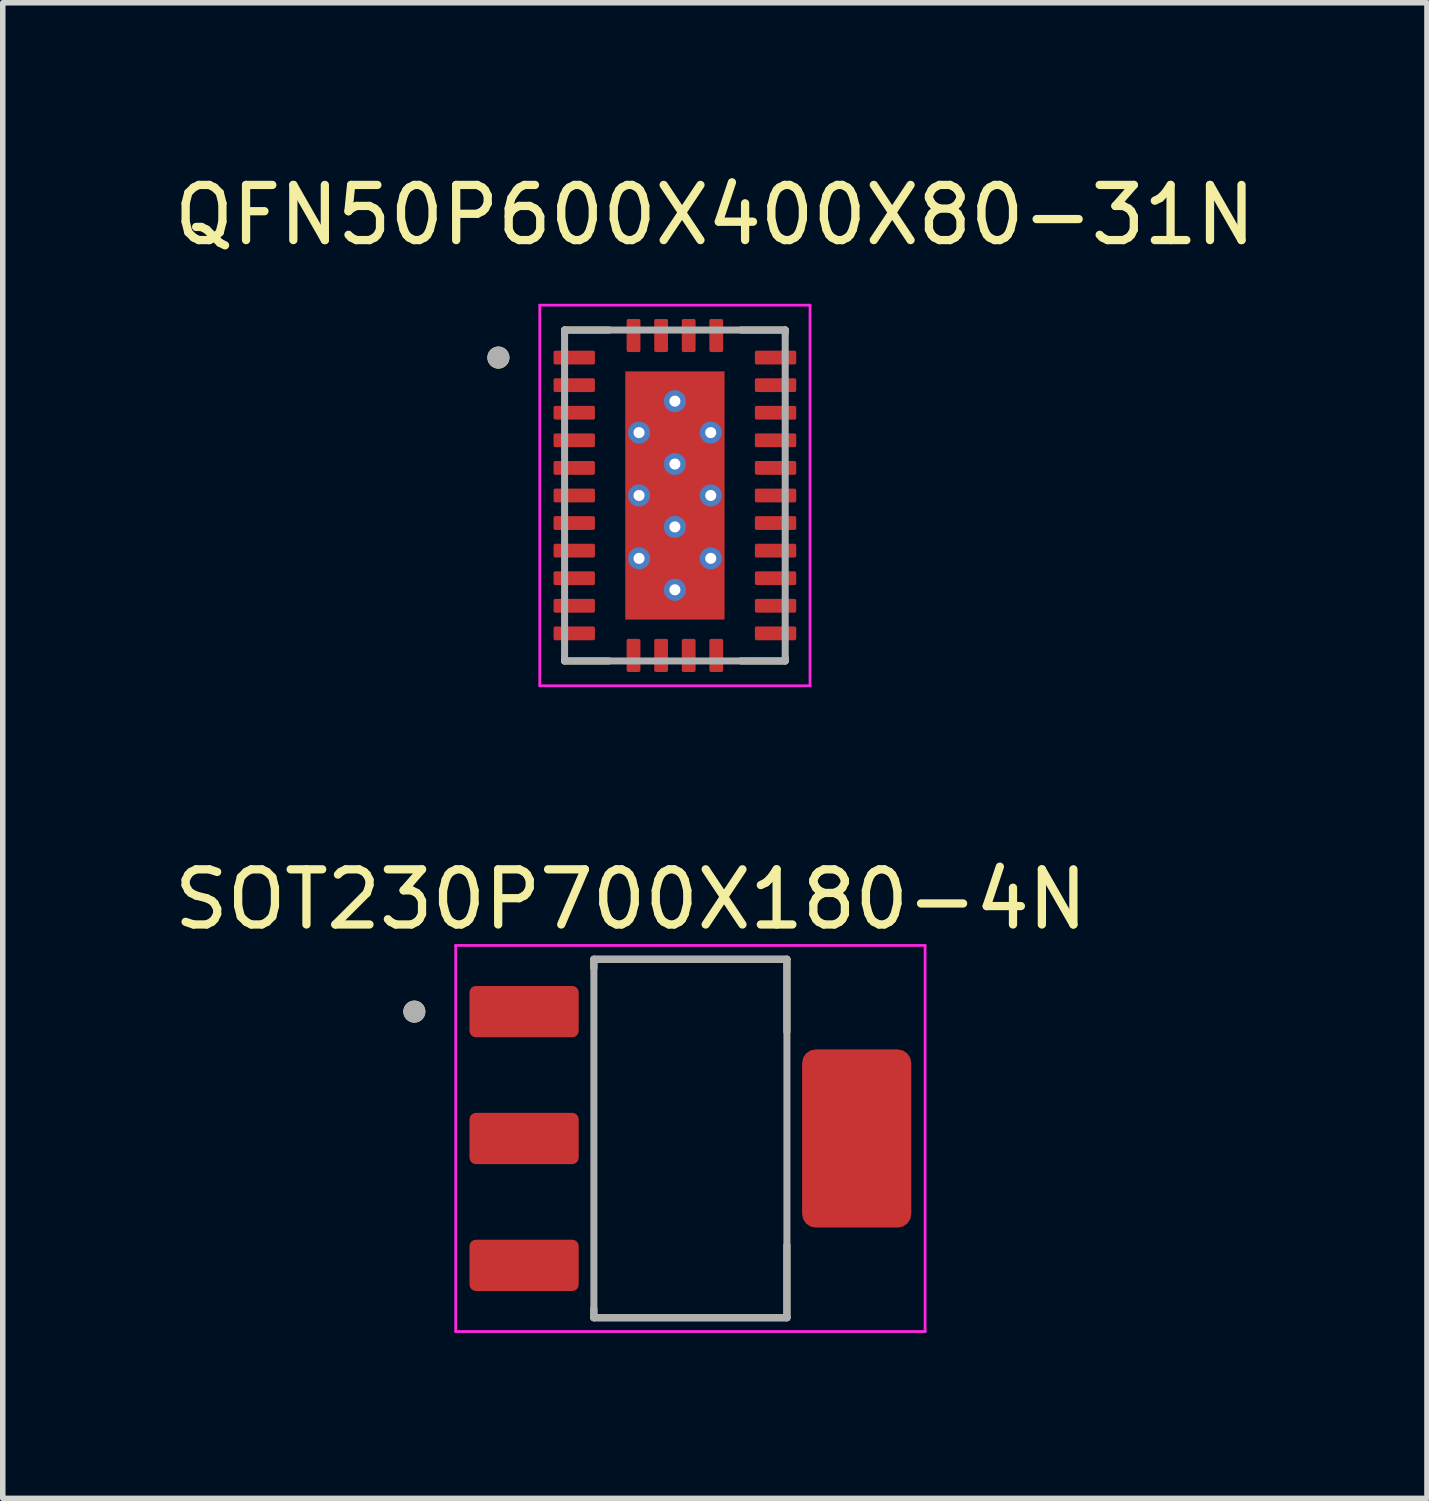
<source format=kicad_pcb>
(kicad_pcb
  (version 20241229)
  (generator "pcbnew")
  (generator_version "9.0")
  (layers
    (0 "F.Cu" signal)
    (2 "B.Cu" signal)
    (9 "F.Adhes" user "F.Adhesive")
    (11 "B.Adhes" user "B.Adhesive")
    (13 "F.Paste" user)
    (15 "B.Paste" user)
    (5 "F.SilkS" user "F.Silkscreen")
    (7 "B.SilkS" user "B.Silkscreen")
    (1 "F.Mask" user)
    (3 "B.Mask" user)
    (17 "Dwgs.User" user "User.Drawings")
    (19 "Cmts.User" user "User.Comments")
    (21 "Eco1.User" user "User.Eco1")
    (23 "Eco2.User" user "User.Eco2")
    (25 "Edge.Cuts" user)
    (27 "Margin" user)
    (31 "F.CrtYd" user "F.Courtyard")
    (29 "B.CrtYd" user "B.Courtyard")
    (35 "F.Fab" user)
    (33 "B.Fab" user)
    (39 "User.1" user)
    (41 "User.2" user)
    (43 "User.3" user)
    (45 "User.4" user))
  (footprint "QFN50P600X400X80-31N"
    (layer "F.Cu")
    (at 9.186 5.933)
    (property "Reference" "QFN50P600X400X80-31N" (at 0.725 -5.085 0) (layer "F.SilkS") (effects (font (size 1 1) (thickness 0.15))))
    (attr smd)
    (fp_line (start -2 -2.945) (end -2 -3) (stroke (width 0.127) (type solid)) (layer "F.SilkS"))
    (fp_line (start -2 3) (end -2 2.945) (stroke (width 0.127) (type solid)) (layer "F.SilkS"))
    (fp_line (start -1.195 -3) (end -2 -3) (stroke (width 0.127) (type solid)) (layer "F.SilkS"))
    (fp_line (start -1.195 3) (end -2 3) (stroke (width 0.127) (type solid)) (layer "F.SilkS"))
    (fp_line (start 2 -3) (end 1.195 -3) (stroke (width 0.127) (type solid)) (layer "F.SilkS"))
    (fp_line (start 2 -2.945) (end 2 -3) (stroke (width 0.127) (type solid)) (layer "F.SilkS"))
    (fp_line (start 2 3) (end 1.195 3) (stroke (width 0.127) (type solid)) (layer "F.SilkS"))
    (fp_line (start 2 3) (end 2 2.945) (stroke (width 0.127) (type solid)) (layer "F.SilkS"))
    (fp_circle (center -3.2 -2.5) (end -3.1 -2.5) (stroke (width 0.2) (type solid)) (fill no) (layer "F.SilkS"))
    (fp_poly (pts (xy -0.9 -2.18) (xy -0.1 -2.18) (xy -0.1 -1.24) (xy -0.9 -1.24)) (stroke (width 0.01) (type solid)) (fill yes) (layer "F.Paste"))
    (fp_poly (pts (xy -0.9 -1.04) (xy -0.1 -1.04) (xy -0.1 -0.1) (xy -0.9 -0.1)) (stroke (width 0.01) (type solid)) (fill yes) (layer "F.Paste"))
    (fp_poly (pts (xy -0.9 0.1) (xy -0.1 0.1) (xy -0.1 1.04) (xy -0.9 1.04)) (stroke (width 0.01) (type solid)) (fill yes) (layer "F.Paste"))
    (fp_poly (pts (xy -0.9 1.24) (xy -0.1 1.24) (xy -0.1 2.18) (xy -0.9 2.18)) (stroke (width 0.01) (type solid)) (fill yes) (layer "F.Paste"))
    (fp_poly (pts (xy 0.1 -2.18) (xy 0.9 -2.18) (xy 0.9 -1.24) (xy 0.1 -1.24)) (stroke (width 0.01) (type solid)) (fill yes) (layer "F.Paste"))
    (fp_poly (pts (xy 0.1 -1.04) (xy 0.9 -1.04) (xy 0.9 -0.1) (xy 0.1 -0.1)) (stroke (width 0.01) (type solid)) (fill yes) (layer "F.Paste"))
    (fp_poly (pts (xy 0.1 0.1) (xy 0.9 0.1) (xy 0.9 1.04) (xy 0.1 1.04)) (stroke (width 0.01) (type solid)) (fill yes) (layer "F.Paste"))
    (fp_poly (pts (xy 0.1 1.24) (xy 0.9 1.24) (xy 0.9 2.18) (xy 0.1 2.18)) (stroke (width 0.01) (type solid)) (fill yes) (layer "F.Paste"))
    (fp_line (start -2.45 -3.45) (end -2.45 3.45) (stroke (width 0.05) (type solid)) (layer "F.CrtYd"))
    (fp_line (start -2.45 3.45) (end 2.45 3.45) (stroke (width 0.05) (type solid)) (layer "F.CrtYd"))
    (fp_line (start 2.45 -3.45) (end -2.45 -3.45) (stroke (width 0.05) (type solid)) (layer "F.CrtYd"))
    (fp_line (start 2.45 3.45) (end 2.45 -3.45) (stroke (width 0.05) (type solid)) (layer "F.CrtYd"))
    (fp_line (start -2 3) (end -2 -3) (stroke (width 0.127) (type solid)) (layer "F.Fab"))
    (fp_line (start 2 -3) (end -2 -3) (stroke (width 0.127) (type solid)) (layer "F.Fab"))
    (fp_line (start 2 3) (end -2 3) (stroke (width 0.127) (type solid)) (layer "F.Fab"))
    (fp_line (start 2 3) (end 2 -3) (stroke (width 0.127) (type solid)) (layer "F.Fab"))
    (fp_circle (center -3.2 -2.5) (end -3.1 -2.5) (stroke (width 0.2) (type solid)) (fill no) (layer "F.Fab"))
    (pad "1" smd roundrect (at -1.825 -2.5) (size 0.75 0.25) (layers "F.Cu" "F.Mask" "F.Paste") (roundrect_rratio 0.125))
    (pad "2" smd roundrect (at -1.825 -2) (size 0.75 0.25) (layers "F.Cu" "F.Mask" "F.Paste") (roundrect_rratio 0.125))
    (pad "3" smd roundrect (at -1.825 -1.5) (size 0.75 0.25) (layers "F.Cu" "F.Mask" "F.Paste") (roundrect_rratio 0.125))
    (pad "4" smd roundrect (at -1.825 -1) (size 0.75 0.25) (layers "F.Cu" "F.Mask" "F.Paste") (roundrect_rratio 0.125))
    (pad "5" smd roundrect (at -1.825 -0.5) (size 0.75 0.25) (layers "F.Cu" "F.Mask" "F.Paste") (roundrect_rratio 0.125))
    (pad "6" smd roundrect (at -1.825 0) (size 0.75 0.25) (layers "F.Cu" "F.Mask" "F.Paste") (roundrect_rratio 0.125))
    (pad "7" smd roundrect (at -1.825 0.5) (size 0.75 0.25) (layers "F.Cu" "F.Mask" "F.Paste") (roundrect_rratio 0.125))
    (pad "8" smd roundrect (at -1.825 1) (size 0.75 0.25) (layers "F.Cu" "F.Mask" "F.Paste") (roundrect_rratio 0.125))
    (pad "9" smd roundrect (at -1.825 1.5) (size 0.75 0.25) (layers "F.Cu" "F.Mask" "F.Paste") (roundrect_rratio 0.125))
    (pad "10" smd roundrect (at -1.825 2) (size 0.75 0.25) (layers "F.Cu" "F.Mask" "F.Paste") (roundrect_rratio 0.125))
    (pad "11" smd roundrect (at -1.825 2.5) (size 0.75 0.25) (layers "F.Cu" "F.Mask" "F.Paste") (roundrect_rratio 0.125))
    (pad "12" smd roundrect (at -0.75 2.9) (size 0.25 0.6) (layers "F.Cu" "F.Mask" "F.Paste") (roundrect_rratio 0.125))
    (pad "13" smd roundrect (at -0.25 2.9) (size 0.25 0.6) (layers "F.Cu" "F.Mask" "F.Paste") (roundrect_rratio 0.125))
    (pad "14" smd roundrect (at 0.25 2.9) (size 0.25 0.6) (layers "F.Cu" "F.Mask" "F.Paste") (roundrect_rratio 0.125))
    (pad "15" smd roundrect (at 0.75 2.9) (size 0.25 0.6) (layers "F.Cu" "F.Mask" "F.Paste") (roundrect_rratio 0.125))
    (pad "16" smd roundrect (at 1.825 2.5) (size 0.75 0.25) (layers "F.Cu" "F.Mask" "F.Paste") (roundrect_rratio 0.125))
    (pad "17" smd roundrect (at 1.825 2) (size 0.75 0.25) (layers "F.Cu" "F.Mask" "F.Paste") (roundrect_rratio 0.125))
    (pad "18" smd roundrect (at 1.825 1.5) (size 0.75 0.25) (layers "F.Cu" "F.Mask" "F.Paste") (roundrect_rratio 0.125))
    (pad "19" smd roundrect (at 1.825 1) (size 0.75 0.25) (layers "F.Cu" "F.Mask" "F.Paste") (roundrect_rratio 0.125))
    (pad "20" smd roundrect (at 1.825 0.5) (size 0.75 0.25) (layers "F.Cu" "F.Mask" "F.Paste") (roundrect_rratio 0.125))
    (pad "21" smd roundrect (at 1.825 0) (size 0.75 0.25) (layers "F.Cu" "F.Mask" "F.Paste") (roundrect_rratio 0.125))
    (pad "22" smd roundrect (at 1.825 -0.5) (size 0.75 0.25) (layers "F.Cu" "F.Mask" "F.Paste") (roundrect_rratio 0.125))
    (pad "23" smd roundrect (at 1.825 -1) (size 0.75 0.25) (layers "F.Cu" "F.Mask" "F.Paste") (roundrect_rratio 0.125))
    (pad "24" smd roundrect (at 1.825 -1.5) (size 0.75 0.25) (layers "F.Cu" "F.Mask" "F.Paste") (roundrect_rratio 0.125))
    (pad "25" smd roundrect (at 1.825 -2) (size 0.75 0.25) (layers "F.Cu" "F.Mask" "F.Paste") (roundrect_rratio 0.125))
    (pad "26" smd roundrect (at 1.825 -2.5) (size 0.75 0.25) (layers "F.Cu" "F.Mask" "F.Paste") (roundrect_rratio 0.125))
    (pad "27" smd roundrect (at 0.75 -2.9) (size 0.25 0.6) (layers "F.Cu" "F.Mask" "F.Paste") (roundrect_rratio 0.125))
    (pad "28" smd roundrect (at 0.25 -2.9) (size 0.25 0.6) (layers "F.Cu" "F.Mask" "F.Paste") (roundrect_rratio 0.125))
    (pad "29" smd roundrect (at -0.25 -2.9) (size 0.25 0.6) (layers "F.Cu" "F.Mask" "F.Paste") (roundrect_rratio 0.125))
    (pad "30" smd roundrect (at -0.75 -2.9) (size 0.25 0.6) (layers "F.Cu" "F.Mask" "F.Paste") (roundrect_rratio 0.125))
    (pad "31" smd rect (at 0 0) (size 1.8 4.5) (layers "F.Cu" "F.Mask"))
    (pad "32" thru_hole circle (at 0 -1.71) (size 0.4 0.4) (drill 0.2) (layers "*.Cu"))
    (pad "33" thru_hole circle (at -0.65 -1.14) (size 0.4 0.4) (drill 0.2) (layers "*.Cu"))
    (pad "34" thru_hole circle (at 0.65 -1.14) (size 0.4 0.4) (drill 0.2) (layers "*.Cu"))
    (pad "35" thru_hole circle (at 0 -0.57) (size 0.4 0.4) (drill 0.2) (layers "*.Cu"))
    (pad "36" thru_hole circle (at -0.65 0) (size 0.4 0.4) (drill 0.2) (layers "*.Cu"))
    (pad "37" thru_hole circle (at 0.65 0) (size 0.4 0.4) (drill 0.2) (layers "*.Cu"))
    (pad "38" thru_hole circle (at 0 0.57) (size 0.4 0.4) (drill 0.2) (layers "*.Cu"))
    (pad "39" thru_hole circle (at -0.65 1.14) (size 0.4 0.4) (drill 0.2) (layers "*.Cu"))
    (pad "40" thru_hole circle (at 0.65 1.14) (size 0.4 0.4) (drill 0.2) (layers "*.Cu"))
    (pad "41" thru_hole circle (at 0 1.71) (size 0.4 0.4) (drill 0.2) (layers "*.Cu")))
  (footprint "SOT230P700X180-4N"
    (layer "F.Cu")
    (at 9.467 17.591)
    (property "Reference" "SOT230P700X180-4N" (at -1.08 -4.335 0) (layer "F.SilkS") (effects (font (size 1 1) (thickness 0.15))))
    (attr smd)
    (fp_line (start -1.75 -3.25) (end -1.75 -3.085) (stroke (width 0.127) (type solid)) (layer "F.SilkS"))
    (fp_line (start -1.75 3.25) (end -1.75 3.085) (stroke (width 0.127) (type solid)) (layer "F.SilkS"))
    (fp_line (start -1.75 3.25) (end 1.75 3.25) (stroke (width 0.127) (type solid)) (layer "F.SilkS"))
    (fp_line (start 1.75 -3.25) (end -1.75 -3.25) (stroke (width 0.127) (type solid)) (layer "F.SilkS"))
    (fp_line (start 1.75 -1.935) (end 1.75 -3.25) (stroke (width 0.127) (type solid)) (layer "F.SilkS"))
    (fp_line (start 1.75 3.25) (end 1.75 1.935) (stroke (width 0.127) (type solid)) (layer "F.SilkS"))
    (fp_circle (center -5.005 -2.3) (end -4.905 -2.3) (stroke (width 0.2) (type solid)) (fill no) (layer "F.SilkS"))
    (fp_line (start -4.255 -3.5) (end -4.255 3.5) (stroke (width 0.05) (type solid)) (layer "F.CrtYd"))
    (fp_line (start -4.255 3.5) (end 4.255 3.5) (stroke (width 0.05) (type solid)) (layer "F.CrtYd"))
    (fp_line (start 4.255 -3.5) (end -4.255 -3.5) (stroke (width 0.05) (type solid)) (layer "F.CrtYd"))
    (fp_line (start 4.255 3.5) (end 4.255 -3.5) (stroke (width 0.05) (type solid)) (layer "F.CrtYd"))
    (fp_line (start -1.75 -3.25) (end -1.75 3.25) (stroke (width 0.127) (type solid)) (layer "F.Fab"))
    (fp_line (start -1.75 3.25) (end 1.75 3.25) (stroke (width 0.127) (type solid)) (layer "F.Fab"))
    (fp_line (start 1.75 -3.25) (end -1.75 -3.25) (stroke (width 0.127) (type solid)) (layer "F.Fab"))
    (fp_line (start 1.75 3.25) (end 1.75 -3.25) (stroke (width 0.127) (type solid)) (layer "F.Fab"))
    (fp_circle (center -5.005 -2.3) (end -4.905 -2.3) (stroke (width 0.2) (type solid)) (fill no) (layer "F.Fab"))
    (pad "1" smd roundrect (at -3.015 -2.3) (size 1.98 0.93) (layers "F.Cu" "F.Mask" "F.Paste") (roundrect_rratio 0.125))
    (pad "2" smd roundrect (at -3.015 0) (size 1.98 0.93) (layers "F.Cu" "F.Mask" "F.Paste") (roundrect_rratio 0.125))
    (pad "3" smd roundrect (at -3.015 2.3) (size 1.98 0.93) (layers "F.Cu" "F.Mask" "F.Paste") (roundrect_rratio 0.125))
    (pad "4" smd roundrect (at 3.015 0) (size 1.98 3.23) (layers "F.Cu" "F.Mask" "F.Paste") (roundrect_rratio 0.125)))
  (gr_rect
    (start -3 -3)
    (end 22.821 24.116)
    (stroke (width 0.1) (type default))
    (fill no)
    (layer "Edge.Cuts")))
</source>
